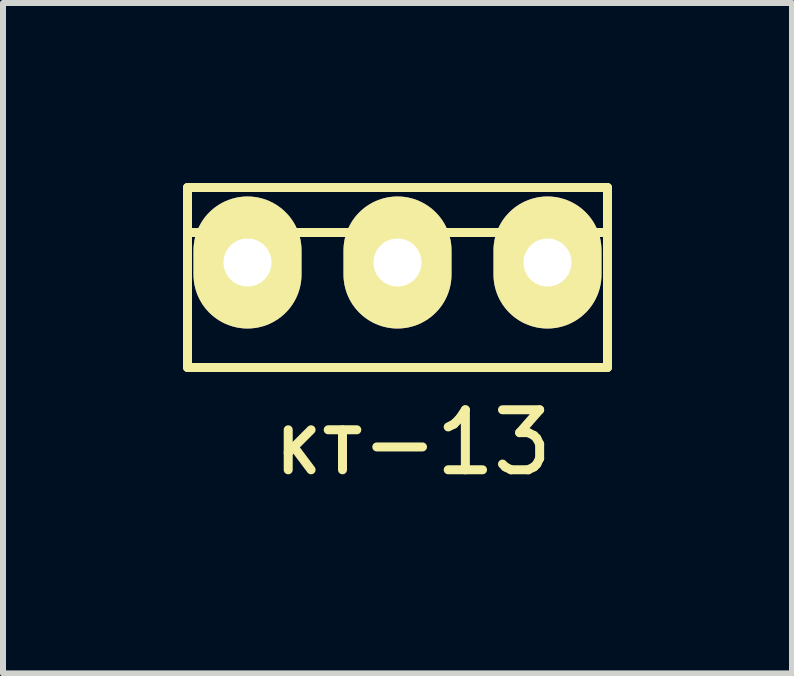
<source format=kicad_pcb>
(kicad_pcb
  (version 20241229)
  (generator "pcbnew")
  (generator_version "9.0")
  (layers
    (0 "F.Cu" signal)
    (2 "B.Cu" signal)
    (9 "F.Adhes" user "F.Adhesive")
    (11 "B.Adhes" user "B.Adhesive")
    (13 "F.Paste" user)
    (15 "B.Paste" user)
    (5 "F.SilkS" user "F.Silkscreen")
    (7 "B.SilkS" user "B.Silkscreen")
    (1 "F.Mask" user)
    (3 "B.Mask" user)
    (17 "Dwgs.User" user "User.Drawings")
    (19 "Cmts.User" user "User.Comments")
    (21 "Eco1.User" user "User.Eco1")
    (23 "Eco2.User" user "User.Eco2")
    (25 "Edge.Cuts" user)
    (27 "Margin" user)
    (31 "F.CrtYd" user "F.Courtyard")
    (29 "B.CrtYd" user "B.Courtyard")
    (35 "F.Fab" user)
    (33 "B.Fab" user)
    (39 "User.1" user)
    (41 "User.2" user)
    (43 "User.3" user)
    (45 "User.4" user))
  (footprint "кт-13"
    (layer "F.Cu")
    (at 3.575 3.075)
    (property "Reference" "кт-13" (at 0.25 1.25 0) (layer "F.SilkS") (effects (font (size 1 1) (thickness 0.15))))
    (attr through_hole)
    (fp_line (start -3.5 -3) (end -3.5 0) (stroke (width 0.15) (type solid)) (layer "F.SilkS"))
    (fp_line (start -3.5 0) (end 3.5 0) (stroke (width 0.15) (type solid)) (layer "F.SilkS"))
    (fp_line (start 3.5 -3) (end -3.5 -3) (stroke (width 0.15) (type solid)) (layer "F.SilkS"))
    (fp_line (start 3.5 -3) (end 3.5 0) (stroke (width 0.15) (type solid)) (layer "F.SilkS"))
    (fp_line (start 3.5 -2.25) (end -3.5 -2.25) (stroke (width 0.15) (type solid)) (layer "F.SilkS"))
    (pad "1" thru_hole oval (at 0 -1.75) (size 1.8 2.2) (drill 0.8) (layers "*.Cu" "*.Mask" "F.SilkS"))
    (pad "2" thru_hole oval (at 2.5 -1.75) (size 1.8 2.2) (drill 0.8) (layers "*.Cu" "*.Mask" "F.SilkS"))
    (pad "3" thru_hole oval (at -2.5 -1.75) (size 1.8 2.2) (drill 0.8) (layers "*.Cu" "*.Mask" "F.SilkS")))
  (gr_rect
    (start -3 -3)
    (end 10.15 8.173)
    (stroke (width 0.1) (type default))
    (fill no)
    (layer "Edge.Cuts")))
</source>
